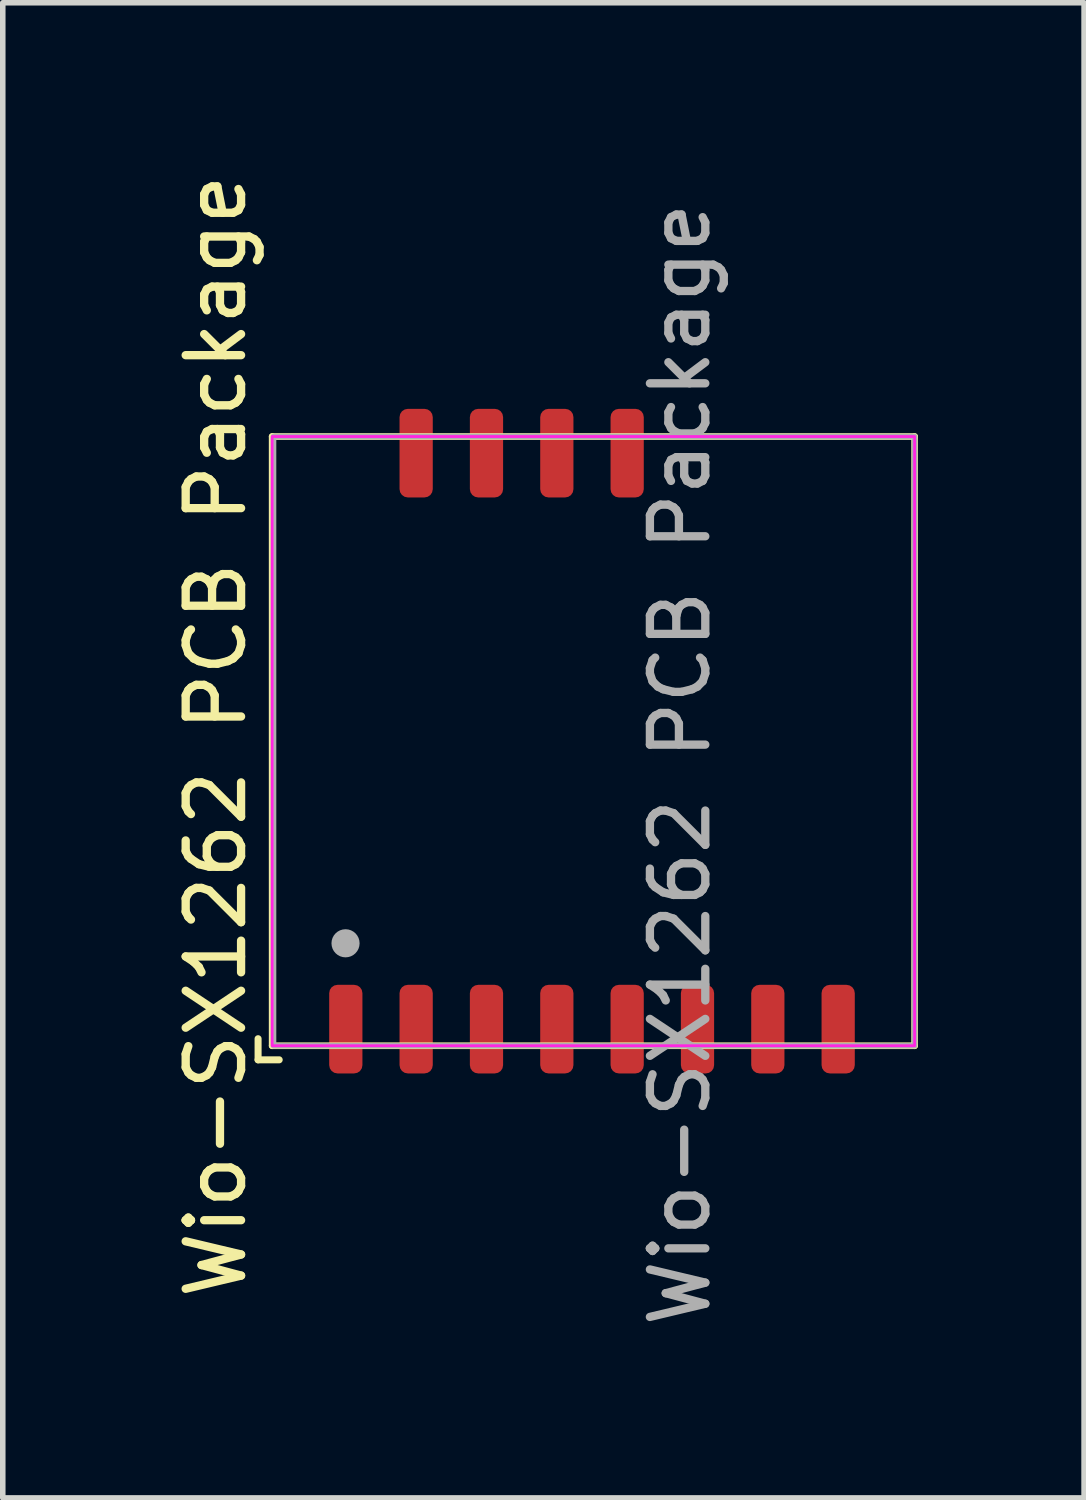
<source format=kicad_pcb>
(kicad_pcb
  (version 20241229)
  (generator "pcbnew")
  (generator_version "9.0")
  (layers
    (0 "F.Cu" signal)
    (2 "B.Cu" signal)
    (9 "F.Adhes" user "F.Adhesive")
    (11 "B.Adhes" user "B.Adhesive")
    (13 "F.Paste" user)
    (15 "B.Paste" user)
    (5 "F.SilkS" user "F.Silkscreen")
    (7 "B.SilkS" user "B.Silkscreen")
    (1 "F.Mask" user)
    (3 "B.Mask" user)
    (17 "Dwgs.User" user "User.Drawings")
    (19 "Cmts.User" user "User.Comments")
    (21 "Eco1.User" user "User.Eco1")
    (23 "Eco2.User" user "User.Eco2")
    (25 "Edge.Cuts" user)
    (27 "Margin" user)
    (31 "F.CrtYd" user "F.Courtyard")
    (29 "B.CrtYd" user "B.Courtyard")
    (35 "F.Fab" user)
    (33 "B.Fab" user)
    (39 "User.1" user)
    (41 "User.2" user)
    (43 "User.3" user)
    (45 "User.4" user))
  (footprint "Wio-SX1262 PCB Package"
    (layer "F.Cu")
    (at 1.864 15.832)
    (property "Reference" "Wio-SX1262 PCB Package" (at -1.016 -5.588 90) (unlocked yes) (layer "F.SilkS") (effects (font (size 1 1) (thickness 0.15))))
    (attr smd)
    (fp_line (start -0.254 0.254) (end -0.254 -0.127) (stroke (width 0.127) (type default)) (layer "F.SilkS"))
    (fp_line (start 0 -11) (end 11.6 -11) (stroke (width 0.12) (type default)) (layer "F.SilkS"))
    (fp_line (start 0 0) (end 0 -11) (stroke (width 0.12) (type default)) (layer "F.SilkS"))
    (fp_line (start 0.127 0.254) (end -0.254 0.254) (stroke (width 0.127) (type default)) (layer "F.SilkS"))
    (fp_line (start 11.6 -11) (end 11.6 0) (stroke (width 0.12) (type default)) (layer "F.SilkS"))
    (fp_line (start 11.6 0) (end 0 0) (stroke (width 0.12) (type default)) (layer "F.SilkS"))
    (fp_rect (start 0 -11) (end 11.6 0) (stroke (width 0.05) (type default)) (fill no) (layer "F.CrtYd"))
    (fp_rect (start 0.025 -11) (end 11.6 0) (stroke (width 0.1) (type default)) (fill no) (layer "F.Fab"))
    (fp_circle (center 1.325 -1.85) (end 1.452 -1.85) (stroke (width 0.254) (type default)) (fill no) (layer "F.Fab"))
    (fp_text user "${REFERENCE}" (at 7.366 -5.08 90) (unlocked yes) (layer "F.Fab") (effects (font (size 1 1) (thickness 0.15))))
    (pad "1" smd roundrect (at 1.33 -0.3 90) (size 1.6 0.6) (layers "F.Cu" "F.Mask" "F.Paste") (roundrect_rratio 0.25))
    (pad "2" smd roundrect (at 2.6 -0.3 90) (size 1.6 0.6) (layers "F.Cu" "F.Mask" "F.Paste") (roundrect_rratio 0.25))
    (pad "3" smd roundrect (at 3.87 -0.3 90) (size 1.6 0.6) (layers "F.Cu" "F.Mask" "F.Paste") (roundrect_rratio 0.25))
    (pad "4" smd roundrect (at 5.14 -0.3 90) (size 1.6 0.6) (layers "F.Cu" "F.Mask" "F.Paste") (roundrect_rratio 0.25))
    (pad "5" smd roundrect (at 6.41 -0.3 90) (size 1.6 0.6) (layers "F.Cu" "F.Mask" "F.Paste") (roundrect_rratio 0.25))
    (pad "6" smd roundrect (at 7.68 -0.3 90) (size 1.6 0.6) (layers "F.Cu" "F.Mask" "F.Paste") (roundrect_rratio 0.25))
    (pad "7" smd roundrect (at 8.95 -0.3 90) (size 1.6 0.6) (layers "F.Cu" "F.Mask" "F.Paste") (roundrect_rratio 0.25))
    (pad "8" smd roundrect (at 10.22 -0.3 90) (size 1.6 0.6) (layers "F.Cu" "F.Mask" "F.Paste") (roundrect_rratio 0.25))
    (pad "9" smd roundrect (at 6.41 -10.7 90) (size 1.6 0.6) (layers "F.Cu" "F.Mask" "F.Paste") (roundrect_rratio 0.25))
    (pad "10" smd roundrect (at 5.14 -10.7 90) (size 1.6 0.6) (layers "F.Cu" "F.Mask" "F.Paste") (roundrect_rratio 0.25))
    (pad "11" smd roundrect (at 3.87 -10.7 90) (size 1.6 0.6) (layers "F.Cu" "F.Mask" "F.Paste") (roundrect_rratio 0.25))
    (pad "12" smd roundrect (at 2.6 -10.7 90) (size 1.6 0.6) (layers "F.Cu" "F.Mask" "F.Paste") (roundrect_rratio 0.25)))
  (gr_rect
    (start -3 -3)
    (end 16.524 23.996)
    (stroke (width 0.1) (type default))
    (fill no)
    (layer "Edge.Cuts")))
</source>
